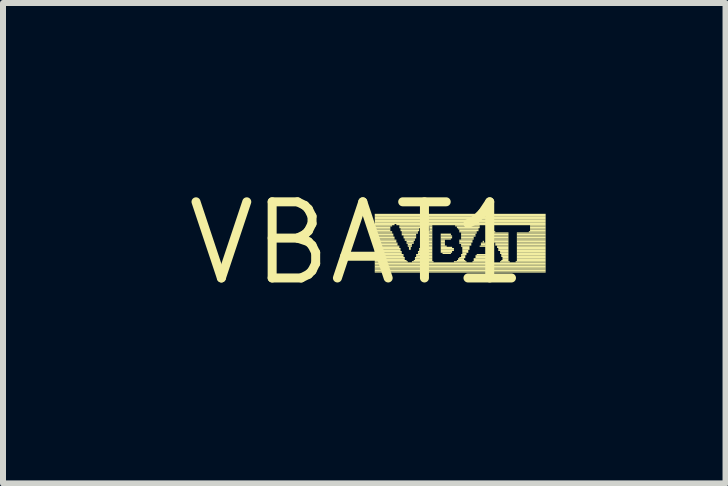
<source format=kicad_pcb>
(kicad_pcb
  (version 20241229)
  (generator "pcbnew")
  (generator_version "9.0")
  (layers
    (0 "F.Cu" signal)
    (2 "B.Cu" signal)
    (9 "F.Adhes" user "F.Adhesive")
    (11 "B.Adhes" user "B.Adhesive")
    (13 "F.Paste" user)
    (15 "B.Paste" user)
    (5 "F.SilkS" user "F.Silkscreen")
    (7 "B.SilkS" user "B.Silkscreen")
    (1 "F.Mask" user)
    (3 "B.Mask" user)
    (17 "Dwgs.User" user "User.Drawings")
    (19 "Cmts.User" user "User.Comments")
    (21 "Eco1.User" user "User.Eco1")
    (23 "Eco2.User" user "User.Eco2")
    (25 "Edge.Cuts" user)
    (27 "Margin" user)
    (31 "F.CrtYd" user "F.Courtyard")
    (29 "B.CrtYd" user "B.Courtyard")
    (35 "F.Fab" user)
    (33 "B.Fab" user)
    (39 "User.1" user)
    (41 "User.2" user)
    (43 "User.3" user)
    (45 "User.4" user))
  (footprint "VBAT1"
    (layer "F.Cu")
    (at 2.91 1.006)
    (property "Reference" "VBAT1" (at 0 0 0) (layer "F.SilkS") (effects (font (size 1.27 1.27) (thickness 0.15))))
    (fp_poly (pts (xy 0.29 -0.47) (xy 3.14 -0.47) (xy 3.14 -0.49) (xy 0.29 -0.49)) (stroke (width 0) (type default)) (fill yes) (layer "F.SilkS"))
    (fp_poly (pts (xy 0.29 -0.44) (xy 3.14 -0.44) (xy 3.14 -0.47) (xy 0.29 -0.47)) (stroke (width 0) (type default)) (fill yes) (layer "F.SilkS"))
    (fp_poly (pts (xy 0.29 -0.42) (xy 3.14 -0.42) (xy 3.14 -0.44) (xy 0.29 -0.44)) (stroke (width 0) (type default)) (fill yes) (layer "F.SilkS"))
    (fp_poly (pts (xy 0.29 -0.4) (xy 3.14 -0.4) (xy 3.14 -0.42) (xy 0.29 -0.42)) (stroke (width 0) (type default)) (fill yes) (layer "F.SilkS"))
    (fp_poly (pts (xy 0.29 -0.37) (xy 3.14 -0.37) (xy 3.14 -0.4) (xy 0.29 -0.4)) (stroke (width 0) (type default)) (fill yes) (layer "F.SilkS"))
    (fp_poly (pts (xy 0.29 -0.35) (xy 3.14 -0.35) (xy 3.14 -0.37) (xy 0.29 -0.37)) (stroke (width 0) (type default)) (fill yes) (layer "F.SilkS"))
    (fp_poly (pts (xy 0.29 -0.32) (xy 3.14 -0.32) (xy 3.14 -0.35) (xy 0.29 -0.35)) (stroke (width 0) (type default)) (fill yes) (layer "F.SilkS"))
    (fp_poly (pts (xy 0.29 -0.3) (xy 0.62 -0.3) (xy 0.62 -0.32) (xy 0.29 -0.32)) (stroke (width 0) (type default)) (fill yes) (layer "F.SilkS"))
    (fp_poly (pts (xy 0.29 -0.28) (xy 0.58 -0.28) (xy 0.58 -0.3) (xy 0.29 -0.3)) (stroke (width 0) (type default)) (fill yes) (layer "F.SilkS"))
    (fp_poly (pts (xy 0.29 -0.25) (xy 0.55 -0.25) (xy 0.55 -0.28) (xy 0.29 -0.28)) (stroke (width 0) (type default)) (fill yes) (layer "F.SilkS"))
    (fp_poly (pts (xy 0.29 -0.23) (xy 0.55 -0.23) (xy 0.55 -0.25) (xy 0.29 -0.25)) (stroke (width 0) (type default)) (fill yes) (layer "F.SilkS"))
    (fp_poly (pts (xy 0.29 -0.2) (xy 0.55 -0.2) (xy 0.55 -0.23) (xy 0.29 -0.23)) (stroke (width 0) (type default)) (fill yes) (layer "F.SilkS"))
    (fp_poly (pts (xy 0.29 -0.18) (xy 0.58 -0.18) (xy 0.58 -0.2) (xy 0.29 -0.2)) (stroke (width 0) (type default)) (fill yes) (layer "F.SilkS"))
    (fp_poly (pts (xy 0.29 -0.16) (xy 0.58 -0.16) (xy 0.58 -0.18) (xy 0.29 -0.18)) (stroke (width 0) (type default)) (fill yes) (layer "F.SilkS"))
    (fp_poly (pts (xy 0.29 -0.13) (xy 0.6 -0.13) (xy 0.6 -0.16) (xy 0.29 -0.16)) (stroke (width 0) (type default)) (fill yes) (layer "F.SilkS"))
    (fp_poly (pts (xy 0.29 -0.11) (xy 0.6 -0.11) (xy 0.6 -0.13) (xy 0.29 -0.13)) (stroke (width 0) (type default)) (fill yes) (layer "F.SilkS"))
    (fp_poly (pts (xy 0.29 -0.08) (xy 0.62 -0.08) (xy 0.62 -0.11) (xy 0.29 -0.11)) (stroke (width 0) (type default)) (fill yes) (layer "F.SilkS"))
    (fp_poly (pts (xy 0.29 -0.06) (xy 0.62 -0.06) (xy 0.62 -0.08) (xy 0.29 -0.08)) (stroke (width 0) (type default)) (fill yes) (layer "F.SilkS"))
    (fp_poly (pts (xy 0.29 -0.04) (xy 0.65 -0.04) (xy 0.65 -0.06) (xy 0.29 -0.06)) (stroke (width 0) (type default)) (fill yes) (layer "F.SilkS"))
    (fp_poly (pts (xy 0.29 -0.01) (xy 0.65 -0.01) (xy 0.65 -0.04) (xy 0.29 -0.04)) (stroke (width 0) (type default)) (fill yes) (layer "F.SilkS"))
    (fp_poly (pts (xy 0.29 0.01) (xy 0.67 0.01) (xy 0.67 -0.01) (xy 0.29 -0.01)) (stroke (width 0) (type default)) (fill yes) (layer "F.SilkS"))
    (fp_poly (pts (xy 0.29 0.04) (xy 0.67 0.04) (xy 0.67 0.01) (xy 0.29 0.01)) (stroke (width 0) (type default)) (fill yes) (layer "F.SilkS"))
    (fp_poly (pts (xy 0.29 0.06) (xy 0.7 0.06) (xy 0.7 0.04) (xy 0.29 0.04)) (stroke (width 0) (type default)) (fill yes) (layer "F.SilkS"))
    (fp_poly (pts (xy 0.29 0.08) (xy 0.7 0.08) (xy 0.7 0.06) (xy 0.29 0.06)) (stroke (width 0) (type default)) (fill yes) (layer "F.SilkS"))
    (fp_poly (pts (xy 0.29 0.11) (xy 0.72 0.11) (xy 0.72 0.08) (xy 0.29 0.08)) (stroke (width 0) (type default)) (fill yes) (layer "F.SilkS"))
    (fp_poly (pts (xy 0.29 0.13) (xy 0.72 0.13) (xy 0.72 0.11) (xy 0.29 0.11)) (stroke (width 0) (type default)) (fill yes) (layer "F.SilkS"))
    (fp_poly (pts (xy 0.29 0.16) (xy 0.74 0.16) (xy 0.74 0.13) (xy 0.29 0.13)) (stroke (width 0) (type default)) (fill yes) (layer "F.SilkS"))
    (fp_poly (pts (xy 0.29 0.18) (xy 0.74 0.18) (xy 0.74 0.16) (xy 0.29 0.16)) (stroke (width 0) (type default)) (fill yes) (layer "F.SilkS"))
    (fp_poly (pts (xy 0.29 0.2) (xy 0.77 0.2) (xy 0.77 0.18) (xy 0.29 0.18)) (stroke (width 0) (type default)) (fill yes) (layer "F.SilkS"))
    (fp_poly (pts (xy 0.29 0.23) (xy 0.77 0.23) (xy 0.77 0.2) (xy 0.29 0.2)) (stroke (width 0) (type default)) (fill yes) (layer "F.SilkS"))
    (fp_poly (pts (xy 0.29 0.25) (xy 0.79 0.25) (xy 0.79 0.23) (xy 0.29 0.23)) (stroke (width 0) (type default)) (fill yes) (layer "F.SilkS"))
    (fp_poly (pts (xy 0.29 0.28) (xy 0.79 0.28) (xy 0.79 0.25) (xy 0.29 0.25)) (stroke (width 0) (type default)) (fill yes) (layer "F.SilkS"))
    (fp_poly (pts (xy 0.29 0.3) (xy 0.82 0.3) (xy 0.82 0.28) (xy 0.29 0.28)) (stroke (width 0) (type default)) (fill yes) (layer "F.SilkS"))
    (fp_poly (pts (xy 0.29 0.32) (xy 0.84 0.32) (xy 0.84 0.3) (xy 0.29 0.3)) (stroke (width 0) (type default)) (fill yes) (layer "F.SilkS"))
    (fp_poly (pts (xy 0.29 0.35) (xy 3.14 0.35) (xy 3.14 0.32) (xy 0.29 0.32)) (stroke (width 0) (type default)) (fill yes) (layer "F.SilkS"))
    (fp_poly (pts (xy 0.29 0.37) (xy 3.14 0.37) (xy 3.14 0.35) (xy 0.29 0.35)) (stroke (width 0) (type default)) (fill yes) (layer "F.SilkS"))
    (fp_poly (pts (xy 0.29 0.4) (xy 3.14 0.4) (xy 3.14 0.37) (xy 0.29 0.37)) (stroke (width 0) (type default)) (fill yes) (layer "F.SilkS"))
    (fp_poly (pts (xy 0.29 0.42) (xy 3.14 0.42) (xy 3.14 0.4) (xy 0.29 0.4)) (stroke (width 0) (type default)) (fill yes) (layer "F.SilkS"))
    (fp_poly (pts (xy 0.29 0.44) (xy 3.14 0.44) (xy 3.14 0.42) (xy 0.29 0.42)) (stroke (width 0) (type default)) (fill yes) (layer "F.SilkS"))
    (fp_poly (pts (xy 0.29 0.47) (xy 3.14 0.47) (xy 3.14 0.44) (xy 0.29 0.44)) (stroke (width 0) (type default)) (fill yes) (layer "F.SilkS"))
    (fp_poly (pts (xy 0.29 0.49) (xy 3.14 0.49) (xy 3.14 0.47) (xy 0.29 0.47)) (stroke (width 0) (type default)) (fill yes) (layer "F.SilkS"))
    (fp_poly (pts (xy 0.65 -0.3) (xy 3.14 -0.3) (xy 3.14 -0.32) (xy 0.65 -0.32)) (stroke (width 0) (type default)) (fill yes) (layer "F.SilkS"))
    (fp_poly (pts (xy 0.7 -0.28) (xy 1.06 -0.28) (xy 1.06 -0.3) (xy 0.7 -0.3)) (stroke (width 0) (type default)) (fill yes) (layer "F.SilkS"))
    (fp_poly (pts (xy 0.7 -0.25) (xy 1.06 -0.25) (xy 1.06 -0.28) (xy 0.7 -0.28)) (stroke (width 0) (type default)) (fill yes) (layer "F.SilkS"))
    (fp_poly (pts (xy 0.72 -0.23) (xy 1.03 -0.23) (xy 1.03 -0.25) (xy 0.72 -0.25)) (stroke (width 0) (type default)) (fill yes) (layer "F.SilkS"))
    (fp_poly (pts (xy 0.72 -0.2) (xy 1.03 -0.2) (xy 1.03 -0.23) (xy 0.72 -0.23)) (stroke (width 0) (type default)) (fill yes) (layer "F.SilkS"))
    (fp_poly (pts (xy 0.74 -0.18) (xy 1.01 -0.18) (xy 1.01 -0.2) (xy 0.74 -0.2)) (stroke (width 0) (type default)) (fill yes) (layer "F.SilkS"))
    (fp_poly (pts (xy 0.74 -0.16) (xy 1.01 -0.16) (xy 1.01 -0.18) (xy 0.74 -0.18)) (stroke (width 0) (type default)) (fill yes) (layer "F.SilkS"))
    (fp_poly (pts (xy 0.74 -0.13) (xy 0.98 -0.13) (xy 0.98 -0.16) (xy 0.74 -0.16)) (stroke (width 0) (type default)) (fill yes) (layer "F.SilkS"))
    (fp_poly (pts (xy 0.77 -0.11) (xy 0.98 -0.11) (xy 0.98 -0.13) (xy 0.77 -0.13)) (stroke (width 0) (type default)) (fill yes) (layer "F.SilkS"))
    (fp_poly (pts (xy 0.77 -0.08) (xy 0.98 -0.08) (xy 0.98 -0.11) (xy 0.77 -0.11)) (stroke (width 0) (type default)) (fill yes) (layer "F.SilkS"))
    (fp_poly (pts (xy 0.79 -0.06) (xy 0.96 -0.06) (xy 0.96 -0.08) (xy 0.79 -0.08)) (stroke (width 0) (type default)) (fill yes) (layer "F.SilkS"))
    (fp_poly (pts (xy 0.79 -0.04) (xy 0.96 -0.04) (xy 0.96 -0.06) (xy 0.79 -0.06)) (stroke (width 0) (type default)) (fill yes) (layer "F.SilkS"))
    (fp_poly (pts (xy 0.82 -0.01) (xy 0.94 -0.01) (xy 0.94 -0.04) (xy 0.82 -0.04)) (stroke (width 0) (type default)) (fill yes) (layer "F.SilkS"))
    (fp_poly (pts (xy 0.82 0.01) (xy 0.94 0.01) (xy 0.94 -0.01) (xy 0.82 -0.01)) (stroke (width 0) (type default)) (fill yes) (layer "F.SilkS"))
    (fp_poly (pts (xy 0.84 0.04) (xy 0.91 0.04) (xy 0.91 0.01) (xy 0.84 0.01)) (stroke (width 0) (type default)) (fill yes) (layer "F.SilkS"))
    (fp_poly (pts (xy 0.84 0.06) (xy 0.91 0.06) (xy 0.91 0.04) (xy 0.84 0.04)) (stroke (width 0) (type default)) (fill yes) (layer "F.SilkS"))
    (fp_poly (pts (xy 0.86 0.08) (xy 0.89 0.08) (xy 0.89 0.06) (xy 0.86 0.06)) (stroke (width 0) (type default)) (fill yes) (layer "F.SilkS"))
    (fp_poly (pts (xy 0.86 0.11) (xy 0.89 0.11) (xy 0.89 0.08) (xy 0.86 0.08)) (stroke (width 0) (type default)) (fill yes) (layer "F.SilkS"))
    (fp_poly (pts (xy 0.91 0.32) (xy 1.27 0.32) (xy 1.27 0.3) (xy 0.91 0.3)) (stroke (width 0) (type default)) (fill yes) (layer "F.SilkS"))
    (fp_poly (pts (xy 0.94 0.3) (xy 1.25 0.3) (xy 1.25 0.28) (xy 0.94 0.28)) (stroke (width 0) (type default)) (fill yes) (layer "F.SilkS"))
    (fp_poly (pts (xy 0.96 0.25) (xy 1.25 0.25) (xy 1.25 0.23) (xy 0.96 0.23)) (stroke (width 0) (type default)) (fill yes) (layer "F.SilkS"))
    (fp_poly (pts (xy 0.96 0.28) (xy 1.25 0.28) (xy 1.25 0.25) (xy 0.96 0.25)) (stroke (width 0) (type default)) (fill yes) (layer "F.SilkS"))
    (fp_poly (pts (xy 0.98 0.2) (xy 1.25 0.2) (xy 1.25 0.18) (xy 0.98 0.18)) (stroke (width 0) (type default)) (fill yes) (layer "F.SilkS"))
    (fp_poly (pts (xy 0.98 0.23) (xy 1.25 0.23) (xy 1.25 0.2) (xy 0.98 0.2)) (stroke (width 0) (type default)) (fill yes) (layer "F.SilkS"))
    (fp_poly (pts (xy 1.01 0.16) (xy 1.25 0.16) (xy 1.25 0.13) (xy 1.01 0.13)) (stroke (width 0) (type default)) (fill yes) (layer "F.SilkS"))
    (fp_poly (pts (xy 1.01 0.18) (xy 1.25 0.18) (xy 1.25 0.16) (xy 1.01 0.16)) (stroke (width 0) (type default)) (fill yes) (layer "F.SilkS"))
    (fp_poly (pts (xy 1.03 0.11) (xy 1.25 0.11) (xy 1.25 0.08) (xy 1.03 0.08)) (stroke (width 0) (type default)) (fill yes) (layer "F.SilkS"))
    (fp_poly (pts (xy 1.03 0.13) (xy 1.25 0.13) (xy 1.25 0.11) (xy 1.03 0.11)) (stroke (width 0) (type default)) (fill yes) (layer "F.SilkS"))
    (fp_poly (pts (xy 1.06 0.06) (xy 1.25 0.06) (xy 1.25 0.04) (xy 1.06 0.04)) (stroke (width 0) (type default)) (fill yes) (layer "F.SilkS"))
    (fp_poly (pts (xy 1.06 0.08) (xy 1.25 0.08) (xy 1.25 0.06) (xy 1.06 0.06)) (stroke (width 0) (type default)) (fill yes) (layer "F.SilkS"))
    (fp_poly (pts (xy 1.08 0.01) (xy 1.25 0.01) (xy 1.25 -0.01) (xy 1.08 -0.01)) (stroke (width 0) (type default)) (fill yes) (layer "F.SilkS"))
    (fp_poly (pts (xy 1.08 0.04) (xy 1.25 0.04) (xy 1.25 0.01) (xy 1.08 0.01)) (stroke (width 0) (type default)) (fill yes) (layer "F.SilkS"))
    (fp_poly (pts (xy 1.1 -0.04) (xy 1.25 -0.04) (xy 1.25 -0.06) (xy 1.1 -0.06)) (stroke (width 0) (type default)) (fill yes) (layer "F.SilkS"))
    (fp_poly (pts (xy 1.1 -0.01) (xy 1.25 -0.01) (xy 1.25 -0.04) (xy 1.1 -0.04)) (stroke (width 0) (type default)) (fill yes) (layer "F.SilkS"))
    (fp_poly (pts (xy 1.13 -0.08) (xy 1.25 -0.08) (xy 1.25 -0.11) (xy 1.13 -0.11)) (stroke (width 0) (type default)) (fill yes) (layer "F.SilkS"))
    (fp_poly (pts (xy 1.13 -0.06) (xy 1.25 -0.06) (xy 1.25 -0.08) (xy 1.13 -0.08)) (stroke (width 0) (type default)) (fill yes) (layer "F.SilkS"))
    (fp_poly (pts (xy 1.15 -0.13) (xy 1.25 -0.13) (xy 1.25 -0.16) (xy 1.15 -0.16)) (stroke (width 0) (type default)) (fill yes) (layer "F.SilkS"))
    (fp_poly (pts (xy 1.15 -0.11) (xy 1.25 -0.11) (xy 1.25 -0.13) (xy 1.15 -0.13)) (stroke (width 0) (type default)) (fill yes) (layer "F.SilkS"))
    (fp_poly (pts (xy 1.18 -0.28) (xy 1.25 -0.28) (xy 1.25 -0.3) (xy 1.18 -0.3)) (stroke (width 0) (type default)) (fill yes) (layer "F.SilkS"))
    (fp_poly (pts (xy 1.18 -0.18) (xy 1.25 -0.18) (xy 1.25 -0.2) (xy 1.18 -0.2)) (stroke (width 0) (type default)) (fill yes) (layer "F.SilkS"))
    (fp_poly (pts (xy 1.18 -0.16) (xy 1.25 -0.16) (xy 1.25 -0.18) (xy 1.18 -0.18)) (stroke (width 0) (type default)) (fill yes) (layer "F.SilkS"))
    (fp_poly (pts (xy 1.2 -0.25) (xy 1.25 -0.25) (xy 1.25 -0.28) (xy 1.2 -0.28)) (stroke (width 0) (type default)) (fill yes) (layer "F.SilkS"))
    (fp_poly (pts (xy 1.2 -0.23) (xy 1.25 -0.23) (xy 1.25 -0.25) (xy 1.2 -0.25)) (stroke (width 0) (type default)) (fill yes) (layer "F.SilkS"))
    (fp_poly (pts (xy 1.2 -0.2) (xy 1.25 -0.2) (xy 1.25 -0.23) (xy 1.2 -0.23)) (stroke (width 0) (type default)) (fill yes) (layer "F.SilkS"))
    (fp_poly (pts (xy 1.39 -0.13) (xy 1.56 -0.13) (xy 1.56 -0.16) (xy 1.39 -0.16)) (stroke (width 0) (type default)) (fill yes) (layer "F.SilkS"))
    (fp_poly (pts (xy 1.39 -0.11) (xy 1.58 -0.11) (xy 1.58 -0.13) (xy 1.39 -0.13)) (stroke (width 0) (type default)) (fill yes) (layer "F.SilkS"))
    (fp_poly (pts (xy 1.39 -0.08) (xy 1.58 -0.08) (xy 1.58 -0.11) (xy 1.39 -0.11)) (stroke (width 0) (type default)) (fill yes) (layer "F.SilkS"))
    (fp_poly (pts (xy 1.39 -0.06) (xy 1.56 -0.06) (xy 1.56 -0.08) (xy 1.39 -0.08)) (stroke (width 0) (type default)) (fill yes) (layer "F.SilkS"))
    (fp_poly (pts (xy 1.39 -0.04) (xy 1.46 -0.04) (xy 1.46 -0.06) (xy 1.39 -0.06)) (stroke (width 0) (type default)) (fill yes) (layer "F.SilkS"))
    (fp_poly (pts (xy 1.39 -0.01) (xy 1.46 -0.01) (xy 1.46 -0.04) (xy 1.39 -0.04)) (stroke (width 0) (type default)) (fill yes) (layer "F.SilkS"))
    (fp_poly (pts (xy 1.39 0.01) (xy 1.46 0.01) (xy 1.46 -0.01) (xy 1.39 -0.01)) (stroke (width 0) (type default)) (fill yes) (layer "F.SilkS"))
    (fp_poly (pts (xy 1.39 0.04) (xy 1.46 0.04) (xy 1.46 0.01) (xy 1.39 0.01)) (stroke (width 0) (type default)) (fill yes) (layer "F.SilkS"))
    (fp_poly (pts (xy 1.39 0.06) (xy 1.49 0.06) (xy 1.49 0.04) (xy 1.39 0.04)) (stroke (width 0) (type default)) (fill yes) (layer "F.SilkS"))
    (fp_poly (pts (xy 1.39 0.08) (xy 1.58 0.08) (xy 1.58 0.06) (xy 1.39 0.06)) (stroke (width 0) (type default)) (fill yes) (layer "F.SilkS"))
    (fp_poly (pts (xy 1.39 0.11) (xy 1.61 0.11) (xy 1.61 0.08) (xy 1.39 0.08)) (stroke (width 0) (type default)) (fill yes) (layer "F.SilkS"))
    (fp_poly (pts (xy 1.39 0.13) (xy 1.61 0.13) (xy 1.61 0.11) (xy 1.39 0.11)) (stroke (width 0) (type default)) (fill yes) (layer "F.SilkS"))
    (fp_poly (pts (xy 1.39 0.16) (xy 1.58 0.16) (xy 1.58 0.13) (xy 1.39 0.13)) (stroke (width 0) (type default)) (fill yes) (layer "F.SilkS"))
    (fp_poly (pts (xy 1.42 0.18) (xy 1.56 0.18) (xy 1.56 0.16) (xy 1.42 0.16)) (stroke (width 0) (type default)) (fill yes) (layer "F.SilkS"))
    (fp_poly (pts (xy 1.61 0.32) (xy 1.82 0.32) (xy 1.82 0.3) (xy 1.61 0.3)) (stroke (width 0) (type default)) (fill yes) (layer "F.SilkS"))
    (fp_poly (pts (xy 1.63 -0.28) (xy 2.04 -0.28) (xy 2.04 -0.3) (xy 1.63 -0.3)) (stroke (width 0) (type default)) (fill yes) (layer "F.SilkS"))
    (fp_poly (pts (xy 1.66 -0.25) (xy 2.04 -0.25) (xy 2.04 -0.28) (xy 1.66 -0.28)) (stroke (width 0) (type default)) (fill yes) (layer "F.SilkS"))
    (fp_poly (pts (xy 1.66 0.3) (xy 1.8 0.3) (xy 1.8 0.28) (xy 1.66 0.28)) (stroke (width 0) (type default)) (fill yes) (layer "F.SilkS"))
    (fp_poly (pts (xy 1.68 -0.23) (xy 2.02 -0.23) (xy 2.02 -0.25) (xy 1.68 -0.25)) (stroke (width 0) (type default)) (fill yes) (layer "F.SilkS"))
    (fp_poly (pts (xy 1.68 0.28) (xy 1.78 0.28) (xy 1.78 0.25) (xy 1.68 0.25)) (stroke (width 0) (type default)) (fill yes) (layer "F.SilkS"))
    (fp_poly (pts (xy 1.7 -0.2) (xy 2.02 -0.2) (xy 2.02 -0.23) (xy 1.7 -0.23)) (stroke (width 0) (type default)) (fill yes) (layer "F.SilkS"))
    (fp_poly (pts (xy 1.7 -0.18) (xy 1.99 -0.18) (xy 1.99 -0.2) (xy 1.7 -0.2)) (stroke (width 0) (type default)) (fill yes) (layer "F.SilkS"))
    (fp_poly (pts (xy 1.7 -0.04) (xy 1.92 -0.04) (xy 1.92 -0.06) (xy 1.7 -0.06)) (stroke (width 0) (type default)) (fill yes) (layer "F.SilkS"))
    (fp_poly (pts (xy 1.7 -0.01) (xy 1.92 -0.01) (xy 1.92 -0.04) (xy 1.7 -0.04)) (stroke (width 0) (type default)) (fill yes) (layer "F.SilkS"))
    (fp_poly (pts (xy 1.7 0.01) (xy 1.9 0.01) (xy 1.9 -0.01) (xy 1.7 -0.01)) (stroke (width 0) (type default)) (fill yes) (layer "F.SilkS"))
    (fp_poly (pts (xy 1.7 0.25) (xy 1.8 0.25) (xy 1.8 0.23) (xy 1.7 0.23)) (stroke (width 0) (type default)) (fill yes) (layer "F.SilkS"))
    (fp_poly (pts (xy 1.73 -0.16) (xy 1.99 -0.16) (xy 1.99 -0.18) (xy 1.73 -0.18)) (stroke (width 0) (type default)) (fill yes) (layer "F.SilkS"))
    (fp_poly (pts (xy 1.73 -0.13) (xy 1.97 -0.13) (xy 1.97 -0.16) (xy 1.73 -0.16)) (stroke (width 0) (type default)) (fill yes) (layer "F.SilkS"))
    (fp_poly (pts (xy 1.73 -0.11) (xy 1.97 -0.11) (xy 1.97 -0.13) (xy 1.73 -0.13)) (stroke (width 0) (type default)) (fill yes) (layer "F.SilkS"))
    (fp_poly (pts (xy 1.73 -0.08) (xy 1.94 -0.08) (xy 1.94 -0.11) (xy 1.73 -0.11)) (stroke (width 0) (type default)) (fill yes) (layer "F.SilkS"))
    (fp_poly (pts (xy 1.73 -0.06) (xy 1.94 -0.06) (xy 1.94 -0.08) (xy 1.73 -0.08)) (stroke (width 0) (type default)) (fill yes) (layer "F.SilkS"))
    (fp_poly (pts (xy 1.73 0.04) (xy 1.9 0.04) (xy 1.9 0.01) (xy 1.73 0.01)) (stroke (width 0) (type default)) (fill yes) (layer "F.SilkS"))
    (fp_poly (pts (xy 1.73 0.06) (xy 1.87 0.06) (xy 1.87 0.04) (xy 1.73 0.04)) (stroke (width 0) (type default)) (fill yes) (layer "F.SilkS"))
    (fp_poly (pts (xy 1.73 0.2) (xy 1.82 0.2) (xy 1.82 0.18) (xy 1.73 0.18)) (stroke (width 0) (type default)) (fill yes) (layer "F.SilkS"))
    (fp_poly (pts (xy 1.73 0.23) (xy 1.8 0.23) (xy 1.8 0.2) (xy 1.73 0.2)) (stroke (width 0) (type default)) (fill yes) (layer "F.SilkS"))
    (fp_poly (pts (xy 1.75 0.08) (xy 1.87 0.08) (xy 1.87 0.06) (xy 1.75 0.06)) (stroke (width 0) (type default)) (fill yes) (layer "F.SilkS"))
    (fp_poly (pts (xy 1.75 0.11) (xy 1.87 0.11) (xy 1.87 0.08) (xy 1.75 0.08)) (stroke (width 0) (type default)) (fill yes) (layer "F.SilkS"))
    (fp_poly (pts (xy 1.75 0.13) (xy 1.85 0.13) (xy 1.85 0.11) (xy 1.75 0.11)) (stroke (width 0) (type default)) (fill yes) (layer "F.SilkS"))
    (fp_poly (pts (xy 1.75 0.16) (xy 1.85 0.16) (xy 1.85 0.13) (xy 1.75 0.13)) (stroke (width 0) (type default)) (fill yes) (layer "F.SilkS"))
    (fp_poly (pts (xy 1.75 0.18) (xy 1.82 0.18) (xy 1.82 0.16) (xy 1.75 0.16)) (stroke (width 0) (type default)) (fill yes) (layer "F.SilkS"))
    (fp_poly (pts (xy 1.92 0.32) (xy 2.28 0.32) (xy 2.28 0.3) (xy 1.92 0.3)) (stroke (width 0) (type default)) (fill yes) (layer "F.SilkS"))
    (fp_poly (pts (xy 1.94 0.28) (xy 2.26 0.28) (xy 2.26 0.25) (xy 1.94 0.25)) (stroke (width 0) (type default)) (fill yes) (layer "F.SilkS"))
    (fp_poly (pts (xy 1.94 0.3) (xy 2.28 0.3) (xy 2.28 0.28) (xy 1.94 0.28)) (stroke (width 0) (type default)) (fill yes) (layer "F.SilkS"))
    (fp_poly (pts (xy 1.97 0.23) (xy 2.23 0.23) (xy 2.23 0.2) (xy 1.97 0.2)) (stroke (width 0) (type default)) (fill yes) (layer "F.SilkS"))
    (fp_poly (pts (xy 1.97 0.25) (xy 2.26 0.25) (xy 2.26 0.23) (xy 1.97 0.23)) (stroke (width 0) (type default)) (fill yes) (layer "F.SilkS"))
    (fp_poly (pts (xy 1.99 0.2) (xy 2.23 0.2) (xy 2.23 0.18) (xy 1.99 0.18)) (stroke (width 0) (type default)) (fill yes) (layer "F.SilkS"))
    (fp_poly (pts (xy 2.04 0.06) (xy 2.16 0.06) (xy 2.16 0.04) (xy 2.04 0.04)) (stroke (width 0) (type default)) (fill yes) (layer "F.SilkS"))
    (fp_poly (pts (xy 2.06 0.01) (xy 2.14 0.01) (xy 2.14 -0.01) (xy 2.06 -0.01)) (stroke (width 0) (type default)) (fill yes) (layer "F.SilkS"))
    (fp_poly (pts (xy 2.06 0.04) (xy 2.14 0.04) (xy 2.14 0.01) (xy 2.06 0.01)) (stroke (width 0) (type default)) (fill yes) (layer "F.SilkS"))
    (fp_poly (pts (xy 2.09 -0.01) (xy 2.11 -0.01) (xy 2.11 -0.04) (xy 2.09 -0.04)) (stroke (width 0) (type default)) (fill yes) (layer "F.SilkS"))
    (fp_poly (pts (xy 2.16 -0.28) (xy 2.28 -0.28) (xy 2.28 -0.3) (xy 2.16 -0.3)) (stroke (width 0) (type default)) (fill yes) (layer "F.SilkS"))
    (fp_poly (pts (xy 2.16 -0.25) (xy 2.28 -0.25) (xy 2.28 -0.28) (xy 2.16 -0.28)) (stroke (width 0) (type default)) (fill yes) (layer "F.SilkS"))
    (fp_poly (pts (xy 2.18 -0.23) (xy 2.28 -0.23) (xy 2.28 -0.25) (xy 2.18 -0.25)) (stroke (width 0) (type default)) (fill yes) (layer "F.SilkS"))
    (fp_poly (pts (xy 2.18 -0.2) (xy 2.28 -0.2) (xy 2.28 -0.23) (xy 2.18 -0.23)) (stroke (width 0) (type default)) (fill yes) (layer "F.SilkS"))
    (fp_poly (pts (xy 2.21 -0.18) (xy 2.3 -0.18) (xy 2.3 -0.2) (xy 2.21 -0.2)) (stroke (width 0) (type default)) (fill yes) (layer "F.SilkS"))
    (fp_poly (pts (xy 2.21 -0.16) (xy 2.52 -0.16) (xy 2.52 -0.18) (xy 2.21 -0.18)) (stroke (width 0) (type default)) (fill yes) (layer "F.SilkS"))
    (fp_poly (pts (xy 2.23 -0.13) (xy 2.52 -0.13) (xy 2.52 -0.16) (xy 2.23 -0.16)) (stroke (width 0) (type default)) (fill yes) (layer "F.SilkS"))
    (fp_poly (pts (xy 2.23 -0.11) (xy 2.52 -0.11) (xy 2.52 -0.13) (xy 2.23 -0.13)) (stroke (width 0) (type default)) (fill yes) (layer "F.SilkS"))
    (fp_poly (pts (xy 2.26 -0.08) (xy 2.52 -0.08) (xy 2.52 -0.11) (xy 2.26 -0.11)) (stroke (width 0) (type default)) (fill yes) (layer "F.SilkS"))
    (fp_poly (pts (xy 2.26 -0.06) (xy 2.52 -0.06) (xy 2.52 -0.08) (xy 2.26 -0.08)) (stroke (width 0) (type default)) (fill yes) (layer "F.SilkS"))
    (fp_poly (pts (xy 2.28 -0.04) (xy 2.52 -0.04) (xy 2.52 -0.06) (xy 2.28 -0.06)) (stroke (width 0) (type default)) (fill yes) (layer "F.SilkS"))
    (fp_poly (pts (xy 2.28 -0.01) (xy 2.52 -0.01) (xy 2.52 -0.04) (xy 2.28 -0.04)) (stroke (width 0) (type default)) (fill yes) (layer "F.SilkS"))
    (fp_poly (pts (xy 2.3 0.01) (xy 2.52 0.01) (xy 2.52 -0.01) (xy 2.3 -0.01)) (stroke (width 0) (type default)) (fill yes) (layer "F.SilkS"))
    (fp_poly (pts (xy 2.3 0.04) (xy 2.52 0.04) (xy 2.52 0.01) (xy 2.3 0.01)) (stroke (width 0) (type default)) (fill yes) (layer "F.SilkS"))
    (fp_poly (pts (xy 2.33 0.06) (xy 2.52 0.06) (xy 2.52 0.04) (xy 2.33 0.04)) (stroke (width 0) (type default)) (fill yes) (layer "F.SilkS"))
    (fp_poly (pts (xy 2.33 0.08) (xy 2.52 0.08) (xy 2.52 0.06) (xy 2.33 0.06)) (stroke (width 0) (type default)) (fill yes) (layer "F.SilkS"))
    (fp_poly (pts (xy 2.35 0.11) (xy 2.52 0.11) (xy 2.52 0.08) (xy 2.35 0.08)) (stroke (width 0) (type default)) (fill yes) (layer "F.SilkS"))
    (fp_poly (pts (xy 2.35 0.13) (xy 2.52 0.13) (xy 2.52 0.11) (xy 2.35 0.11)) (stroke (width 0) (type default)) (fill yes) (layer "F.SilkS"))
    (fp_poly (pts (xy 2.38 0.16) (xy 2.52 0.16) (xy 2.52 0.13) (xy 2.38 0.13)) (stroke (width 0) (type default)) (fill yes) (layer "F.SilkS"))
    (fp_poly (pts (xy 2.38 0.18) (xy 2.52 0.18) (xy 2.52 0.16) (xy 2.38 0.16)) (stroke (width 0) (type default)) (fill yes) (layer "F.SilkS"))
    (fp_poly (pts (xy 2.38 0.32) (xy 2.54 0.32) (xy 2.54 0.3) (xy 2.38 0.3)) (stroke (width 0) (type default)) (fill yes) (layer "F.SilkS"))
    (fp_poly (pts (xy 2.4 0.2) (xy 2.52 0.2) (xy 2.52 0.18) (xy 2.4 0.18)) (stroke (width 0) (type default)) (fill yes) (layer "F.SilkS"))
    (fp_poly (pts (xy 2.4 0.23) (xy 2.52 0.23) (xy 2.52 0.2) (xy 2.4 0.2)) (stroke (width 0) (type default)) (fill yes) (layer "F.SilkS"))
    (fp_poly (pts (xy 2.4 0.3) (xy 2.52 0.3) (xy 2.52 0.28) (xy 2.4 0.28)) (stroke (width 0) (type default)) (fill yes) (layer "F.SilkS"))
    (fp_poly (pts (xy 2.42 0.25) (xy 2.52 0.25) (xy 2.52 0.23) (xy 2.42 0.23)) (stroke (width 0) (type default)) (fill yes) (layer "F.SilkS"))
    (fp_poly (pts (xy 2.42 0.28) (xy 2.52 0.28) (xy 2.52 0.25) (xy 2.42 0.25)) (stroke (width 0) (type default)) (fill yes) (layer "F.SilkS"))
    (fp_poly (pts (xy 2.64 0.32) (xy 3.14 0.32) (xy 3.14 0.3) (xy 2.64 0.3)) (stroke (width 0) (type default)) (fill yes) (layer "F.SilkS"))
    (fp_poly (pts (xy 2.66 -0.16) (xy 3.14 -0.16) (xy 3.14 -0.18) (xy 2.66 -0.18)) (stroke (width 0) (type default)) (fill yes) (layer "F.SilkS"))
    (fp_poly (pts (xy 2.66 -0.13) (xy 3.14 -0.13) (xy 3.14 -0.16) (xy 2.66 -0.16)) (stroke (width 0) (type default)) (fill yes) (layer "F.SilkS"))
    (fp_poly (pts (xy 2.66 -0.11) (xy 3.14 -0.11) (xy 3.14 -0.13) (xy 2.66 -0.13)) (stroke (width 0) (type default)) (fill yes) (layer "F.SilkS"))
    (fp_poly (pts (xy 2.66 -0.08) (xy 3.14 -0.08) (xy 3.14 -0.11) (xy 2.66 -0.11)) (stroke (width 0) (type default)) (fill yes) (layer "F.SilkS"))
    (fp_poly (pts (xy 2.66 -0.06) (xy 3.14 -0.06) (xy 3.14 -0.08) (xy 2.66 -0.08)) (stroke (width 0) (type default)) (fill yes) (layer "F.SilkS"))
    (fp_poly (pts (xy 2.66 -0.04) (xy 3.14 -0.04) (xy 3.14 -0.06) (xy 2.66 -0.06)) (stroke (width 0) (type default)) (fill yes) (layer "F.SilkS"))
    (fp_poly (pts (xy 2.66 -0.01) (xy 3.14 -0.01) (xy 3.14 -0.04) (xy 2.66 -0.04)) (stroke (width 0) (type default)) (fill yes) (layer "F.SilkS"))
    (fp_poly (pts (xy 2.66 0.01) (xy 3.14 0.01) (xy 3.14 -0.01) (xy 2.66 -0.01)) (stroke (width 0) (type default)) (fill yes) (layer "F.SilkS"))
    (fp_poly (pts (xy 2.66 0.04) (xy 3.14 0.04) (xy 3.14 0.01) (xy 2.66 0.01)) (stroke (width 0) (type default)) (fill yes) (layer "F.SilkS"))
    (fp_poly (pts (xy 2.66 0.06) (xy 3.14 0.06) (xy 3.14 0.04) (xy 2.66 0.04)) (stroke (width 0) (type default)) (fill yes) (layer "F.SilkS"))
    (fp_poly (pts (xy 2.66 0.08) (xy 3.14 0.08) (xy 3.14 0.06) (xy 2.66 0.06)) (stroke (width 0) (type default)) (fill yes) (layer "F.SilkS"))
    (fp_poly (pts (xy 2.66 0.11) (xy 3.14 0.11) (xy 3.14 0.08) (xy 2.66 0.08)) (stroke (width 0) (type default)) (fill yes) (layer "F.SilkS"))
    (fp_poly (pts (xy 2.66 0.13) (xy 3.14 0.13) (xy 3.14 0.11) (xy 2.66 0.11)) (stroke (width 0) (type default)) (fill yes) (layer "F.SilkS"))
    (fp_poly (pts (xy 2.66 0.16) (xy 3.14 0.16) (xy 3.14 0.13) (xy 2.66 0.13)) (stroke (width 0) (type default)) (fill yes) (layer "F.SilkS"))
    (fp_poly (pts (xy 2.66 0.18) (xy 3.14 0.18) (xy 3.14 0.16) (xy 2.66 0.16)) (stroke (width 0) (type default)) (fill yes) (layer "F.SilkS"))
    (fp_poly (pts (xy 2.66 0.2) (xy 3.14 0.2) (xy 3.14 0.18) (xy 2.66 0.18)) (stroke (width 0) (type default)) (fill yes) (layer "F.SilkS"))
    (fp_poly (pts (xy 2.66 0.23) (xy 3.14 0.23) (xy 3.14 0.2) (xy 2.66 0.2)) (stroke (width 0) (type default)) (fill yes) (layer "F.SilkS"))
    (fp_poly (pts (xy 2.66 0.25) (xy 3.14 0.25) (xy 3.14 0.23) (xy 2.66 0.23)) (stroke (width 0) (type default)) (fill yes) (layer "F.SilkS"))
    (fp_poly (pts (xy 2.66 0.28) (xy 3.14 0.28) (xy 3.14 0.25) (xy 2.66 0.25)) (stroke (width 0) (type default)) (fill yes) (layer "F.SilkS"))
    (fp_poly (pts (xy 2.66 0.3) (xy 3.14 0.3) (xy 3.14 0.28) (xy 2.66 0.28)) (stroke (width 0) (type default)) (fill yes) (layer "F.SilkS"))
    (fp_poly (pts (xy 2.86 -0.18) (xy 3.14 -0.18) (xy 3.14 -0.2) (xy 2.86 -0.2)) (stroke (width 0) (type default)) (fill yes) (layer "F.SilkS"))
    (fp_poly (pts (xy 2.88 -0.28) (xy 3.14 -0.28) (xy 3.14 -0.3) (xy 2.88 -0.3)) (stroke (width 0) (type default)) (fill yes) (layer "F.SilkS"))
    (fp_poly (pts (xy 2.88 -0.25) (xy 3.14 -0.25) (xy 3.14 -0.28) (xy 2.88 -0.28)) (stroke (width 0) (type default)) (fill yes) (layer "F.SilkS"))
    (fp_poly (pts (xy 2.88 -0.23) (xy 3.14 -0.23) (xy 3.14 -0.25) (xy 2.88 -0.25)) (stroke (width 0) (type default)) (fill yes) (layer "F.SilkS"))
    (fp_poly (pts (xy 2.88 -0.2) (xy 3.14 -0.2) (xy 3.14 -0.23) (xy 2.88 -0.23)) (stroke (width 0) (type default)) (fill yes) (layer "F.SilkS")))
  (gr_rect
    (start -3 -3)
    (end 9.05 5.012)
    (stroke (width 0.1) (type default))
    (fill no)
    (layer "Edge.Cuts")))
</source>
